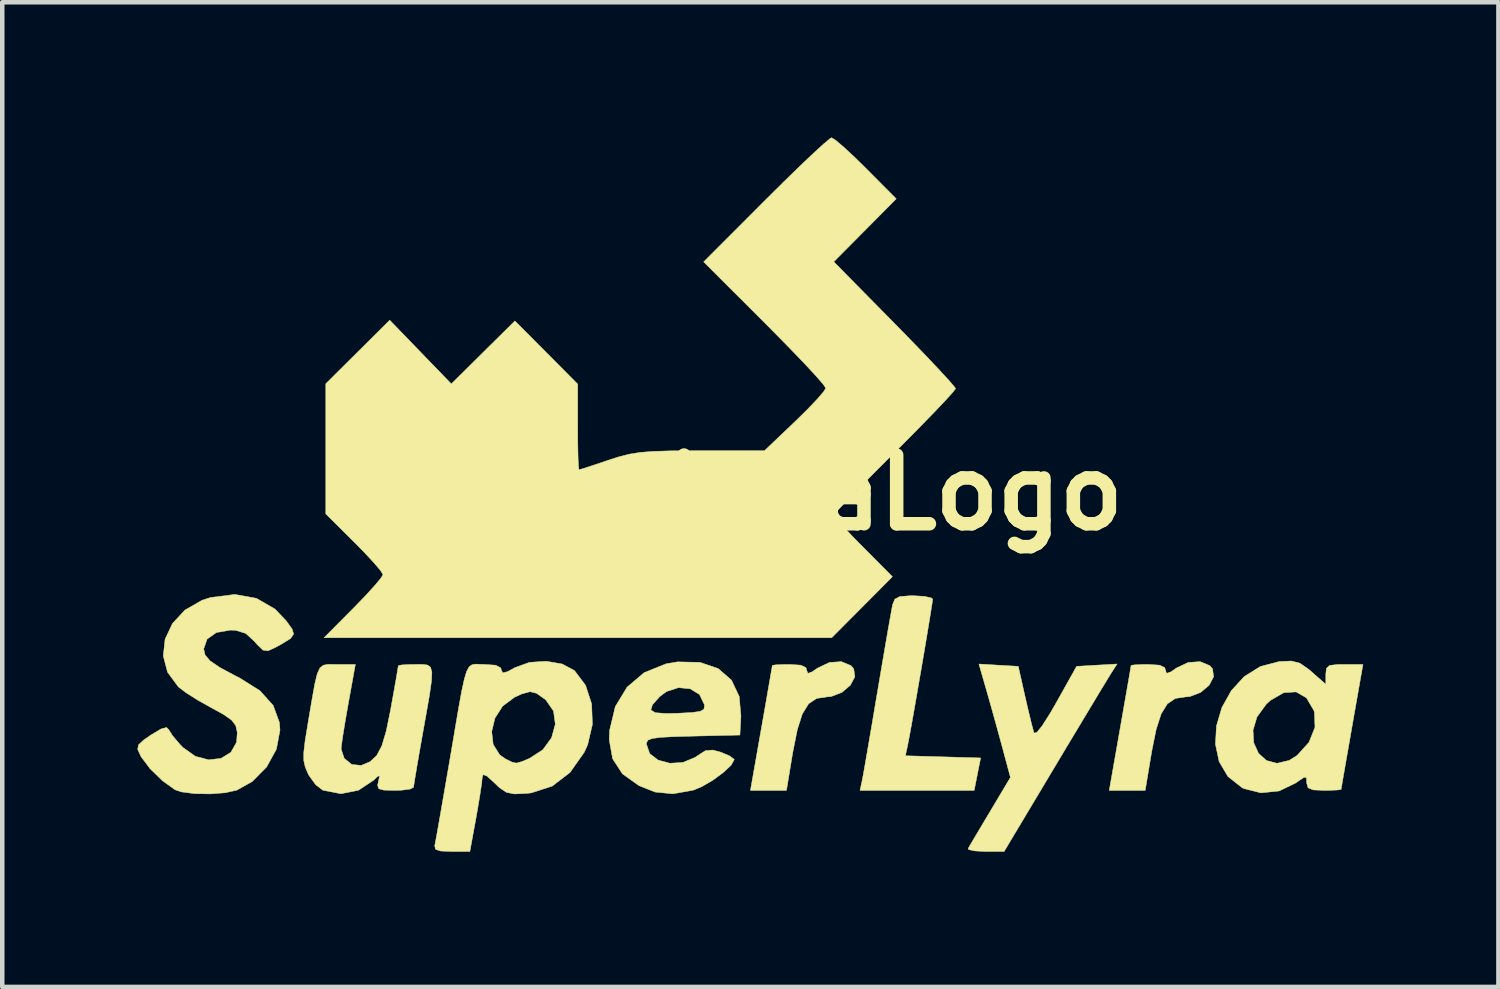
<source format=kicad_pcb>
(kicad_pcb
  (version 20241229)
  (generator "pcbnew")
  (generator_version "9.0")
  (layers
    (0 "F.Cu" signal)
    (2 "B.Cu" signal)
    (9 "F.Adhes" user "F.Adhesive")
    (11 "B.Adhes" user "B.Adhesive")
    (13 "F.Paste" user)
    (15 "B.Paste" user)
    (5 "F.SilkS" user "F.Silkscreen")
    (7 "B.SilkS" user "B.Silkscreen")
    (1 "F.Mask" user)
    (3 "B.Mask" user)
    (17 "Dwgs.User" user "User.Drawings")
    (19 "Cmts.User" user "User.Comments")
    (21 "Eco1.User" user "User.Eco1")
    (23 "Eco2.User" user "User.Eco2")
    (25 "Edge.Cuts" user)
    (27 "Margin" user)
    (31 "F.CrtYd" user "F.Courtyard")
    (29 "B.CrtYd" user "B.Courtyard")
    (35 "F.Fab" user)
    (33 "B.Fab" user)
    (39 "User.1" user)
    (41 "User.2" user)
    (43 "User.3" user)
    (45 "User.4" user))
  (footprint "SuperLyraLogo"
    (layer "F.Cu")
    (at 13.575 7.879)
    (property "Reference" "SuperLyraLogo" (at 0 0 0) (layer "F.SilkS") (effects (font (size 1.524 1.524) (thickness 0.3))))
    (attr through_hole)
    (fp_poly (pts (xy 2.252 3.836) (xy 2.313 3.906) (xy 2.338 4.083) (xy 2.238 4.271) (xy 2.051 4.43) (xy 1.814 4.521) (xy 1.716 4.53) (xy 1.489 4.564) (xy 1.312 4.683) (xy 1.174 4.905) (xy 1.062 5.254) (xy 0.963 5.749) (xy 0.957 5.782) (xy 0.821 6.604) (xy 0.022 6.604) (xy 0.264 5.228) (xy 0.345 4.768) (xy 0.414 4.371) (xy 0.467 4.065) (xy 0.5 3.877) (xy 0.507 3.831) (xy 0.583 3.819) (xy 0.775 3.811) (xy 0.889 3.81) (xy 1.139 3.826) (xy 1.253 3.881) (xy 1.27 3.94) (xy 1.295 4.008) (xy 1.391 3.974) (xy 1.512 3.89) (xy 1.774 3.766) (xy 2.04 3.748) (xy 2.252 3.836)) (stroke (width 0.01) (type solid)) (fill yes) (layer "F.SilkS"))
    (fp_poly (pts (xy 10.211 3.836) (xy 10.272 3.906) (xy 10.296 4.083) (xy 10.197 4.271) (xy 10.009 4.43) (xy 9.773 4.521) (xy 9.675 4.53) (xy 9.447 4.564) (xy 9.271 4.683) (xy 9.133 4.905) (xy 9.021 5.254) (xy 8.921 5.749) (xy 8.916 5.782) (xy 8.779 6.604) (xy 7.981 6.604) (xy 8.223 5.228) (xy 8.303 4.768) (xy 8.373 4.371) (xy 8.426 4.065) (xy 8.458 3.877) (xy 8.466 3.831) (xy 8.542 3.819) (xy 8.734 3.811) (xy 8.848 3.81) (xy 9.097 3.826) (xy 9.212 3.881) (xy 9.229 3.94) (xy 9.253 4.008) (xy 9.35 3.974) (xy 9.47 3.89) (xy 9.733 3.766) (xy 9.998 3.748) (xy 10.211 3.836)) (stroke (width 0.01) (type solid)) (fill yes) (layer "F.SilkS"))
    (fp_poly (pts (xy 3.883 2.3) (xy 4.036 2.335) (xy 4.064 2.362) (xy 4.05 2.467) (xy 4.012 2.707) (xy 3.956 3.049) (xy 3.887 3.461) (xy 3.81 3.912) (xy 3.731 4.369) (xy 3.656 4.8) (xy 3.59 5.173) (xy 3.538 5.455) (xy 3.509 5.606) (xy 3.459 5.836) (xy 4.294 5.86) (xy 5.128 5.884) (xy 4.985 6.604) (xy 2.452 6.604) (xy 2.494 6.413) (xy 2.521 6.275) (xy 2.57 5.998) (xy 2.637 5.609) (xy 2.718 5.137) (xy 2.807 4.608) (xy 2.835 4.445) (xy 2.926 3.906) (xy 3.01 3.414) (xy 3.082 2.997) (xy 3.138 2.684) (xy 3.172 2.501) (xy 3.177 2.477) (xy 3.225 2.362) (xy 3.332 2.305) (xy 3.546 2.287) (xy 3.642 2.286) (xy 3.883 2.3)) (stroke (width 0.01) (type solid)) (fill yes) (layer "F.SilkS"))
    (fp_poly (pts (xy 8.028 3.996) (xy 7.952 4.12) (xy 7.801 4.368) (xy 7.591 4.717) (xy 7.333 5.146) (xy 7.04 5.633) (xy 6.776 6.075) (xy 5.649 7.959) (xy 5.233 7.959) (xy 5.001 7.947) (xy 4.866 7.918) (xy 4.85 7.895) (xy 4.905 7.8) (xy 5.028 7.593) (xy 5.197 7.308) (xy 5.337 7.074) (xy 5.789 6.316) (xy 5.606 5.635) (xy 5.492 5.216) (xy 5.367 4.767) (xy 5.258 4.384) (xy 5.256 4.377) (xy 5.09 3.801) (xy 5.526 3.827) (xy 5.963 3.852) (xy 6.115 4.53) (xy 6.192 4.861) (xy 6.26 5.138) (xy 6.306 5.31) (xy 6.313 5.331) (xy 6.372 5.321) (xy 6.494 5.17) (xy 6.672 4.89) (xy 6.808 4.654) (xy 7.257 3.852) (xy 8.154 3.8) (xy 8.028 3.996)) (stroke (width 0.01) (type solid)) (fill yes) (layer "F.SilkS"))
    (fp_poly (pts (xy -1.096 3.764) (xy -0.693 3.902) (xy -0.399 4.158) (xy -0.228 4.519) (xy -0.189 4.953) (xy -0.212 5.376) (xy -1.249 5.4) (xy -1.685 5.412) (xy -1.979 5.428) (xy -2.159 5.453) (xy -2.251 5.49) (xy -2.284 5.546) (xy -2.286 5.577) (xy -2.213 5.788) (xy -2.025 5.933) (xy -1.764 6.002) (xy -1.476 5.984) (xy -1.204 5.871) (xy -1.154 5.836) (xy -0.978 5.723) (xy -0.813 5.709) (xy -0.635 5.757) (xy -0.442 5.838) (xy -0.342 5.912) (xy -0.339 5.924) (xy -0.407 6.045) (xy -0.58 6.207) (xy -0.812 6.378) (xy -1.057 6.521) (xy -1.247 6.599) (xy -1.698 6.68) (xy -2.093 6.641) (xy -2.452 6.498) (xy -2.817 6.238) (xy -3.035 5.903) (xy -3.111 5.479) (xy -3.102 5.269) (xy -2.994 4.82) (xy -2.188 4.82) (xy -2.089 4.881) (xy -1.844 4.899) (xy -1.587 4.893) (xy -1.271 4.876) (xy -1.089 4.85) (xy -1.01 4.803) (xy -0.997 4.724) (xy -1.001 4.699) (xy -1.108 4.477) (xy -1.315 4.35) (xy -1.575 4.325) (xy -1.842 4.411) (xy -1.994 4.526) (xy -2.152 4.705) (xy -2.188 4.82) (xy -2.994 4.82) (xy -2.976 4.745) (xy -2.715 4.314) (xy -2.336 3.992) (xy -1.854 3.797) (xy -1.596 3.753) (xy -1.096 3.764)) (stroke (width 0.01) (type solid)) (fill yes) (layer "F.SilkS"))
    (fp_poly (pts (xy 12.211 3.783) (xy 12.405 3.918) (xy 12.475 3.979) (xy 12.785 4.251) (xy 12.785 4.03) (xy 12.798 3.898) (xy 12.866 3.833) (xy 13.034 3.812) (xy 13.197 3.81) (xy 13.609 3.81) (xy 13.367 5.186) (xy 13.287 5.646) (xy 13.217 6.043) (xy 13.164 6.349) (xy 13.132 6.537) (xy 13.124 6.583) (xy 13.048 6.595) (xy 12.856 6.603) (xy 12.742 6.604) (xy 12.505 6.593) (xy 12.392 6.547) (xy 12.362 6.447) (xy 12.361 6.432) (xy 12.354 6.323) (xy 12.305 6.312) (xy 12.171 6.401) (xy 12.12 6.438) (xy 11.753 6.616) (xy 11.347 6.659) (xy 10.962 6.562) (xy 10.929 6.545) (xy 10.613 6.295) (xy 10.418 5.964) (xy 10.337 5.58) (xy 10.354 5.272) (xy 11.17 5.272) (xy 11.187 5.549) (xy 11.292 5.781) (xy 11.468 5.941) (xy 11.7 6.003) (xy 11.972 5.939) (xy 12.149 5.828) (xy 12.412 5.537) (xy 12.545 5.204) (xy 12.532 4.869) (xy 12.52 4.831) (xy 12.356 4.552) (xy 12.126 4.419) (xy 11.852 4.436) (xy 11.557 4.606) (xy 11.464 4.691) (xy 11.257 4.977) (xy 11.17 5.272) (xy 10.354 5.272) (xy 10.36 5.172) (xy 10.479 4.767) (xy 10.687 4.394) (xy 10.974 4.08) (xy 11.334 3.855) (xy 11.752 3.746) (xy 12.022 3.734) (xy 12.211 3.783)) (stroke (width 0.01) (type solid)) (fill yes) (layer "F.SilkS"))
    (fp_poly (pts (xy -9.198 3.81) (xy -9.145 3.81) (xy -8.742 3.81) (xy -8.899 4.678) (xy -8.965 5.054) (xy -9.018 5.379) (xy -9.051 5.608) (xy -9.058 5.688) (xy -8.99 5.892) (xy -8.822 6.029) (xy -8.615 6.05) (xy -8.606 6.048) (xy -8.414 5.966) (xy -8.269 5.831) (xy -8.155 5.616) (xy -8.058 5.291) (xy -7.963 4.829) (xy -7.955 4.784) (xy -7.888 4.412) (xy -7.834 4.107) (xy -7.8 3.904) (xy -7.789 3.838) (xy -7.714 3.821) (xy -7.522 3.811) (xy -7.408 3.81) (xy -7.253 3.809) (xy -7.142 3.823) (xy -7.074 3.873) (xy -7.045 3.982) (xy -7.053 4.174) (xy -7.095 4.472) (xy -7.169 4.897) (xy -7.239 5.287) (xy -7.315 5.716) (xy -7.379 6.086) (xy -7.425 6.363) (xy -7.449 6.517) (xy -7.451 6.536) (xy -7.527 6.575) (xy -7.721 6.6) (xy -7.866 6.604) (xy -8.112 6.598) (xy -8.226 6.566) (xy -8.248 6.49) (xy -8.232 6.413) (xy -8.204 6.283) (xy -8.246 6.29) (xy -8.337 6.378) (xy -8.673 6.601) (xy -9.063 6.678) (xy -9.462 6.601) (xy -9.624 6.476) (xy -9.774 6.268) (xy -9.793 6.23) (xy -9.854 6.085) (xy -9.886 5.945) (xy -9.887 5.767) (xy -9.858 5.512) (xy -9.797 5.138) (xy -9.785 5.063) (xy -9.703 4.581) (xy -9.642 4.241) (xy -9.588 4.019) (xy -9.529 3.889) (xy -9.453 3.827) (xy -9.347 3.808) (xy -9.198 3.81)) (stroke (width 0.01) (type solid)) (fill yes) (layer "F.SilkS"))
    (fp_poly (pts (xy -10.937 2.343) (xy -10.524 2.582) (xy -10.275 2.844) (xy -10.148 3.02) (xy -10.111 3.136) (xy -10.18 3.235) (xy -10.373 3.354) (xy -10.522 3.436) (xy -10.681 3.508) (xy -10.792 3.492) (xy -10.921 3.368) (xy -10.974 3.305) (xy -11.172 3.122) (xy -11.397 3.053) (xy -11.516 3.048) (xy -11.825 3.102) (xy -12.032 3.249) (xy -12.107 3.467) (xy -12.076 3.6) (xy -11.966 3.73) (xy -11.752 3.876) (xy -11.409 4.06) (xy -11.316 4.106) (xy -10.86 4.392) (xy -10.565 4.72) (xy -10.427 5.097) (xy -10.414 5.266) (xy -10.493 5.688) (xy -10.709 6.083) (xy -11.03 6.407) (xy -11.372 6.599) (xy -11.627 6.656) (xy -11.96 6.682) (xy -12.305 6.676) (xy -12.597 6.638) (xy -12.742 6.59) (xy -13.02 6.391) (xy -13.294 6.125) (xy -13.494 5.859) (xy -13.509 5.83) (xy -13.57 5.692) (xy -13.553 5.593) (xy -13.436 5.485) (xy -13.273 5.373) (xy -13.052 5.241) (xy -12.93 5.208) (xy -12.881 5.258) (xy -12.8 5.387) (xy -12.643 5.573) (xy -12.568 5.652) (xy -12.289 5.849) (xy -11.994 5.926) (xy -11.721 5.893) (xy -11.503 5.759) (xy -11.376 5.534) (xy -11.362 5.317) (xy -11.395 5.168) (xy -11.485 5.047) (xy -11.664 4.92) (xy -11.93 4.774) (xy -12.233 4.605) (xy -12.499 4.437) (xy -12.668 4.308) (xy -12.908 3.983) (xy -13.003 3.62) (xy -12.963 3.25) (xy -12.799 2.901) (xy -12.521 2.603) (xy -12.141 2.385) (xy -11.958 2.326) (xy -11.417 2.257) (xy -10.937 2.343)) (stroke (width 0.01) (type solid)) (fill yes) (layer "F.SilkS"))
    (fp_poly (pts (xy -4.152 3.801) (xy -3.882 3.946) (xy -3.636 4.272) (xy -3.501 4.685) (xy -3.484 5.14) (xy -3.589 5.592) (xy -3.665 5.759) (xy -3.981 6.207) (xy -4.375 6.509) (xy -4.839 6.659) (xy -4.936 6.67) (xy -5.212 6.683) (xy -5.391 6.648) (xy -5.545 6.544) (xy -5.657 6.437) (xy -5.826 6.284) (xy -5.909 6.254) (xy -5.927 6.31) (xy -5.941 6.454) (xy -5.981 6.718) (xy -6.037 7.054) (xy -6.064 7.206) (xy -6.202 7.959) (xy -6.607 7.959) (xy -6.851 7.949) (xy -6.964 7.912) (xy -6.982 7.831) (xy -6.978 7.811) (xy -6.954 7.685) (xy -6.906 7.42) (xy -6.84 7.043) (xy -6.76 6.581) (xy -6.67 6.061) (xy -6.647 5.927) (xy -6.54 5.299) (xy -5.718 5.299) (xy -5.685 5.585) (xy -5.54 5.817) (xy -5.416 5.903) (xy -5.266 5.978) (xy -5.168 5.999) (xy -5.048 5.965) (xy -4.877 5.893) (xy -4.582 5.701) (xy -4.389 5.435) (xy -4.307 5.136) (xy -4.346 4.843) (xy -4.517 4.598) (xy -4.541 4.578) (xy -4.723 4.45) (xy -4.87 4.414) (xy -5.053 4.465) (xy -5.209 4.536) (xy -5.474 4.733) (xy -5.646 5.001) (xy -5.718 5.299) (xy -6.54 5.299) (xy -6.537 5.276) (xy -6.451 4.773) (xy -6.383 4.399) (xy -6.325 4.135) (xy -6.273 3.962) (xy -6.217 3.862) (xy -6.152 3.815) (xy -6.072 3.803) (xy -5.968 3.808) (xy -5.883 3.81) (xy -5.63 3.827) (xy -5.517 3.886) (xy -5.503 3.934) (xy -5.475 3.997) (xy -5.368 3.971) (xy -5.203 3.881) (xy -4.88 3.764) (xy -4.507 3.739) (xy -4.152 3.801)) (stroke (width 0.01) (type solid)) (fill yes) (layer "F.SilkS"))
    (fp_poly (pts (xy 1.913 -7.817) (xy 2.095 -7.663) (xy 2.339 -7.436) (xy 2.582 -7.197) (xy 3.256 -6.519) (xy 1.87 -5.122) (xy 3.221 -3.751) (xy 3.608 -3.355) (xy 3.953 -2.997) (xy 4.236 -2.696) (xy 4.443 -2.47) (xy 4.556 -2.336) (xy 4.572 -2.309) (xy 4.514 -2.231) (xy 4.353 -2.053) (xy 4.105 -1.791) (xy 3.788 -1.465) (xy 3.418 -1.091) (xy 3.217 -0.892) (xy 2.828 -0.503) (xy 2.482 -0.153) (xy 2.197 0.138) (xy 1.99 0.355) (xy 1.878 0.479) (xy 1.863 0.501) (xy 1.919 0.576) (xy 2.071 0.743) (xy 2.294 0.978) (xy 2.517 1.205) (xy 3.171 1.863) (xy 2.498 2.54) (xy 1.824 3.217) (xy -9.436 3.217) (xy -8.782 2.559) (xy -8.517 2.285) (xy -8.304 2.051) (xy -8.166 1.883) (xy -8.128 1.816) (xy -8.185 1.725) (xy -8.338 1.545) (xy -8.563 1.304) (xy -8.763 1.101) (xy -9.398 0.47) (xy -9.398 -2.417) (xy -8.689 -3.122) (xy -7.98 -3.827) (xy -7.297 -3.12) (xy -6.613 -2.413) (xy -5.908 -3.112) (xy -5.203 -3.81) (xy -3.81 -2.409) (xy -3.81 -1.459) (xy -3.808 -1.08) (xy -3.802 -0.773) (xy -3.792 -0.572) (xy -3.782 -0.508) (xy -3.695 -0.533) (xy -3.488 -0.6) (xy -3.203 -0.696) (xy -3.133 -0.72) (xy -2.885 -0.799) (xy -2.659 -0.856) (xy -2.419 -0.894) (xy -2.129 -0.916) (xy -1.752 -0.928) (xy -1.252 -0.931) (xy -1.089 -0.931) (xy 0.333 -0.931) (xy 1.013 -1.579) (xy 1.287 -1.848) (xy 1.509 -2.081) (xy 1.652 -2.249) (xy 1.693 -2.321) (xy 1.636 -2.405) (xy 1.475 -2.59) (xy 1.227 -2.858) (xy 0.909 -3.189) (xy 0.539 -3.566) (xy 0.339 -3.768) (xy -1.016 -5.12) (xy 0.359 -6.497) (xy 0.755 -6.89) (xy 1.114 -7.24) (xy 1.418 -7.528) (xy 1.649 -7.739) (xy 1.79 -7.856) (xy 1.821 -7.874) (xy 1.913 -7.817)) (stroke (width 0.01) (type solid)) (fill yes) (layer "F.SilkS")))
  (gr_rect
    (start -3 -3)
    (end 30.189 18.843)
    (stroke (width 0.1) (type default))
    (fill no)
    (layer "Edge.Cuts")))
</source>
